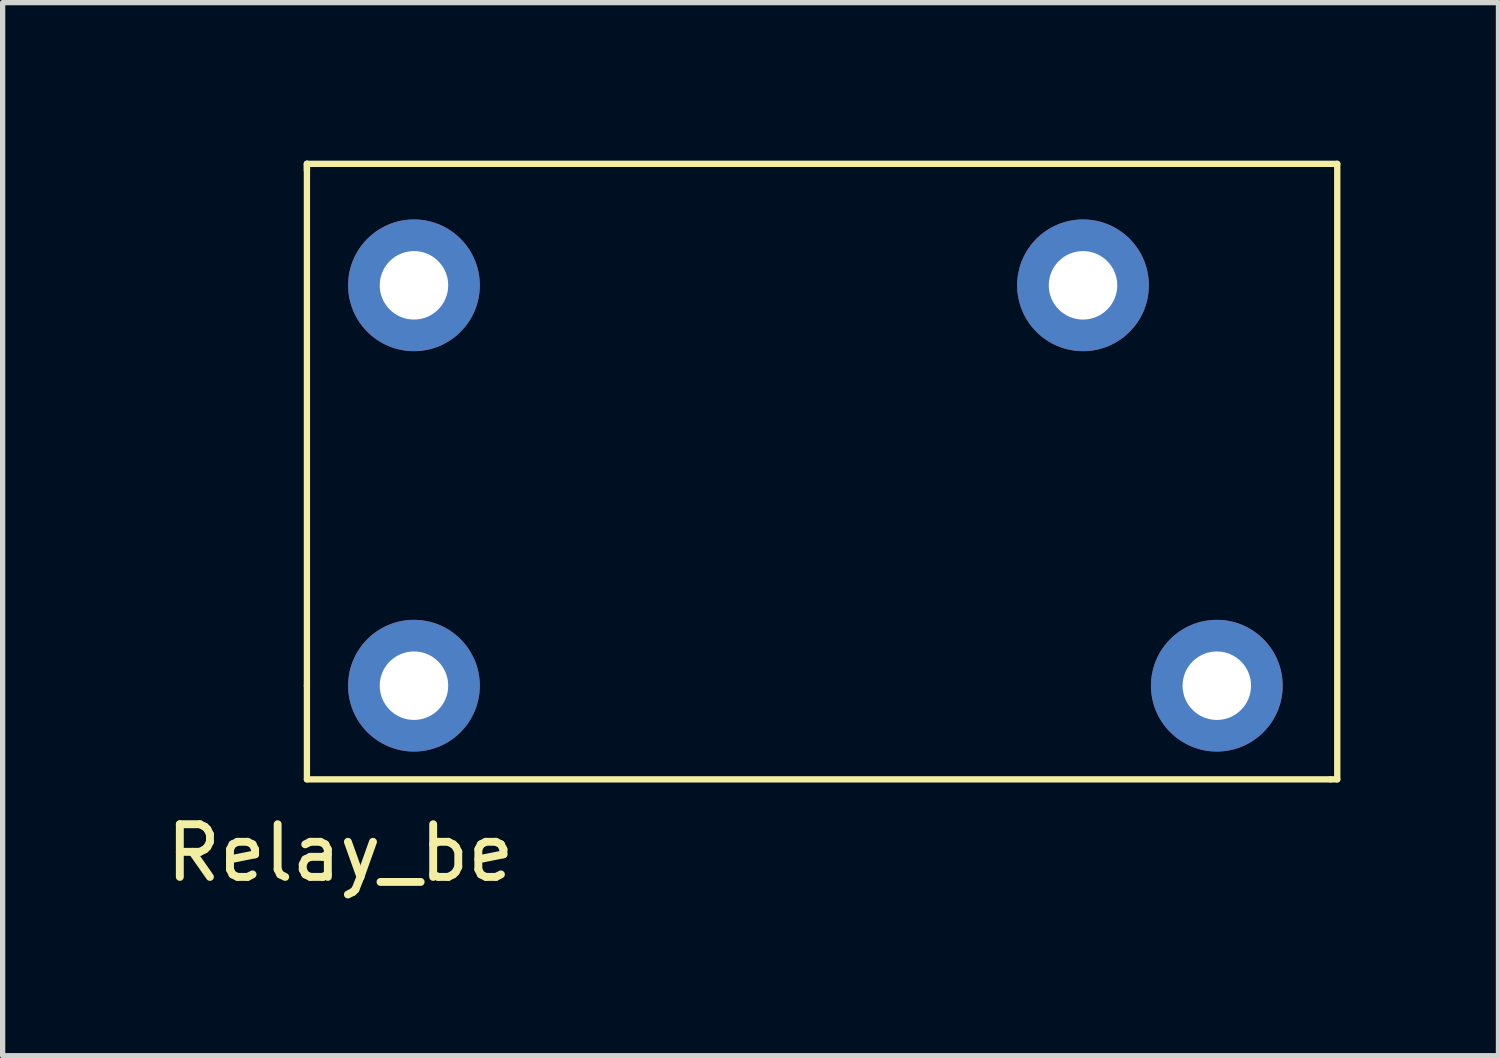
<source format=kicad_pcb>
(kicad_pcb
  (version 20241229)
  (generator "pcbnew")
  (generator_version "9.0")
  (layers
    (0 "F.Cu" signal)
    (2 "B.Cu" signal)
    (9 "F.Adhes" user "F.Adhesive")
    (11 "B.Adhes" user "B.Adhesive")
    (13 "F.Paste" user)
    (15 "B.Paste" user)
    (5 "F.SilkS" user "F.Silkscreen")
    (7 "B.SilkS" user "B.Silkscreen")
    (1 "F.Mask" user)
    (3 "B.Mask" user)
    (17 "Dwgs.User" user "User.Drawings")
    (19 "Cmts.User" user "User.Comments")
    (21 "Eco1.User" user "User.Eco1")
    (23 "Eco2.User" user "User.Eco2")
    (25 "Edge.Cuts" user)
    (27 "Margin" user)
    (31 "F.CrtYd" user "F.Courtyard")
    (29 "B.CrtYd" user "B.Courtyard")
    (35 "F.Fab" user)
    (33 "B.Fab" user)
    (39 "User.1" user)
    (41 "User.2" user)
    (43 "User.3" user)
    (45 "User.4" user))
  (footprint "Relay_be"
    (layer "F.Cu")
    (at 4.808 9.966)
    (property "Reference" "Relay_be" (at -1.397 3.175 0) (layer "F.SilkS") (effects (font (size 1 1) (thickness 0.15))))
    (attr through_hole)
    (fp_line (start -2.032 -9.906) (end -2.032 -9.779) (stroke (width 0.12) (type solid)) (layer "F.SilkS"))
    (fp_line (start -2.032 -9.906) (end 17.526 -9.906) (stroke (width 0.12) (type solid)) (layer "F.SilkS"))
    (fp_line (start -2.032 0) (end -2.032 -9.906) (stroke (width 0.12) (type solid)) (layer "F.SilkS"))
    (fp_line (start -2.032 0) (end -2.032 1.778) (stroke (width 0.12) (type solid)) (layer "F.SilkS"))
    (fp_line (start -2.032 1.778) (end 17.399 1.778) (stroke (width 0.12) (type solid)) (layer "F.SilkS"))
    (fp_line (start 17.399 1.778) (end 17.526 1.778) (stroke (width 0.12) (type solid)) (layer "F.SilkS"))
    (fp_line (start 17.526 -9.906) (end 17.526 1.778) (stroke (width 0.12) (type solid)) (layer "F.SilkS"))
    (pad "b1" thru_hole circle (at 0 0) (size 2.5 2.5) (drill 1.3) (layers "*.Cu" "*.Mask"))
    (pad "b2" thru_hole circle (at 0 -7.6) (size 2.5 2.5) (drill 1.3) (layers "*.Cu" "*.Mask"))
    (pad "c1" thru_hole circle (at 15.24 0) (size 2.5 2.5) (drill 1.3) (layers "*.Cu" "*.Mask"))
    (pad "c2" thru_hole circle (at 12.7 -7.6) (size 2.5 2.5) (drill 1.3) (layers "*.Cu" "*.Mask")))
  (gr_rect
    (start -3 -3)
    (end 25.394 16.989)
    (stroke (width 0.1) (type default))
    (fill no)
    (layer "Edge.Cuts")))
</source>
